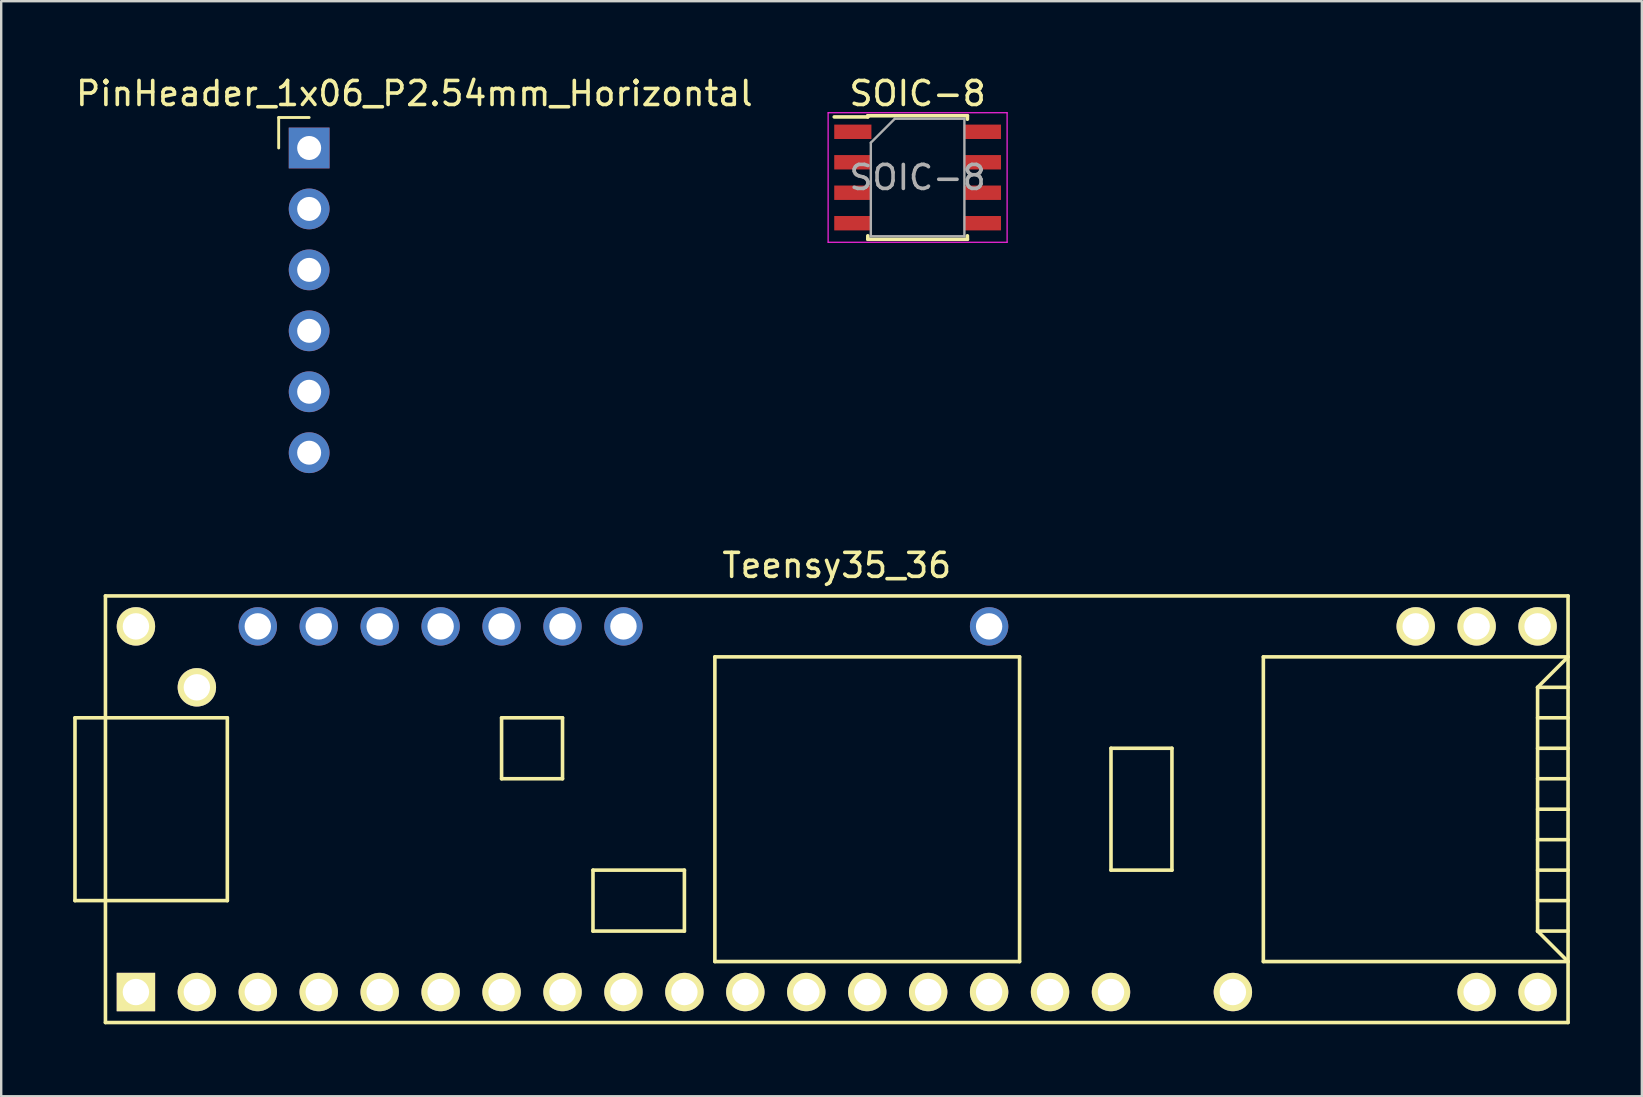
<source format=kicad_pcb>
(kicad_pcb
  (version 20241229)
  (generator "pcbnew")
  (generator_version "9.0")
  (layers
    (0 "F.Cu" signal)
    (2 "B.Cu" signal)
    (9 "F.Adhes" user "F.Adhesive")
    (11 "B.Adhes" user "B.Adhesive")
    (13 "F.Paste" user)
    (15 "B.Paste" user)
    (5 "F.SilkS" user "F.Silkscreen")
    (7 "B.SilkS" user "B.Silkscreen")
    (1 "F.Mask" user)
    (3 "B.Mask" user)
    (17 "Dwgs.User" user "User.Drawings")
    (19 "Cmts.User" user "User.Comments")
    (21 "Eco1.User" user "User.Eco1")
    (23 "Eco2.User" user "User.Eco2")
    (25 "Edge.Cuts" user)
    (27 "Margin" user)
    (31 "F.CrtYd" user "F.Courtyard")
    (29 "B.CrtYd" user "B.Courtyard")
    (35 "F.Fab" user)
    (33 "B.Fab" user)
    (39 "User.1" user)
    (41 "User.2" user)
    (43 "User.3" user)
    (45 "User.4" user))
  (footprint "SOIC-8"
    (layer "F.Cu")
    (at 35.195 4.348)
    (property "Reference" "SOIC-8" (at 0 -3.5 0) (layer "F.SilkS") (effects (font (size 1 1) (thickness 0.15))))
    (attr smd)
    (fp_line (start -2.075 -2.575) (end -2.075 -2.525) (stroke (width 0.15) (type solid)) (layer "F.SilkS"))
    (fp_line (start -2.075 -2.575) (end 2.075 -2.575) (stroke (width 0.15) (type solid)) (layer "F.SilkS"))
    (fp_line (start -2.075 -2.525) (end -3.475 -2.525) (stroke (width 0.15) (type solid)) (layer "F.SilkS"))
    (fp_line (start -2.075 2.575) (end -2.075 2.43) (stroke (width 0.15) (type solid)) (layer "F.SilkS"))
    (fp_line (start -2.075 2.575) (end 2.075 2.575) (stroke (width 0.15) (type solid)) (layer "F.SilkS"))
    (fp_line (start 2.075 -2.575) (end 2.075 -2.43) (stroke (width 0.15) (type solid)) (layer "F.SilkS"))
    (fp_line (start 2.075 2.575) (end 2.075 2.43) (stroke (width 0.15) (type solid)) (layer "F.SilkS"))
    (fp_line (start -3.73 -2.7) (end -3.73 2.7) (stroke (width 0.05) (type solid)) (layer "F.CrtYd"))
    (fp_line (start -3.73 -2.7) (end 3.73 -2.7) (stroke (width 0.05) (type solid)) (layer "F.CrtYd"))
    (fp_line (start -3.73 2.7) (end 3.73 2.7) (stroke (width 0.05) (type solid)) (layer "F.CrtYd"))
    (fp_line (start 3.73 -2.7) (end 3.73 2.7) (stroke (width 0.05) (type solid)) (layer "F.CrtYd"))
    (fp_line (start -1.95 -1.45) (end -0.95 -2.45) (stroke (width 0.1) (type solid)) (layer "F.Fab"))
    (fp_line (start -1.95 2.45) (end -1.95 -1.45) (stroke (width 0.1) (type solid)) (layer "F.Fab"))
    (fp_line (start -0.95 -2.45) (end 1.95 -2.45) (stroke (width 0.1) (type solid)) (layer "F.Fab"))
    (fp_line (start 1.95 -2.45) (end 1.95 2.45) (stroke (width 0.1) (type solid)) (layer "F.Fab"))
    (fp_line (start 1.95 2.45) (end -1.95 2.45) (stroke (width 0.1) (type solid)) (layer "F.Fab"))
    (fp_text user "${REFERENCE}" (at 0 0 0) (layer "F.Fab") (effects (font (size 1 1) (thickness 0.15))))
    (pad "1" smd rect (at -2.7 -1.905) (size 1.55 0.6) (layers "F.Cu" "F.Mask" "F.Paste"))
    (pad "2" smd rect (at -2.7 -0.635) (size 1.55 0.6) (layers "F.Cu" "F.Mask" "F.Paste"))
    (pad "3" smd rect (at -2.7 0.635) (size 1.55 0.6) (layers "F.Cu" "F.Mask" "F.Paste"))
    (pad "4" smd rect (at -2.7 1.905) (size 1.55 0.6) (layers "F.Cu" "F.Mask" "F.Paste"))
    (pad "5" smd rect (at 2.7 1.905) (size 1.55 0.6) (layers "F.Cu" "F.Mask" "F.Paste"))
    (pad "6" smd rect (at 2.7 0.635) (size 1.55 0.6) (layers "F.Cu" "F.Mask" "F.Paste"))
    (pad "7" smd rect (at 2.7 -0.635) (size 1.55 0.6) (layers "F.Cu" "F.Mask" "F.Paste"))
    (pad "8" smd rect (at 2.7 -1.905) (size 1.55 0.6) (layers "F.Cu" "F.Mask" "F.Paste")))
  (footprint "Teensy35_36"
    (layer "F.Cu")
    (at 31.825 30.677)
    (property "Reference" "Teensy35_36" (at 0 -10.16 0) (layer "F.SilkS") (effects (font (size 1 1) (thickness 0.15))))
    (attr through_hole)
    (fp_line (start -31.75 -3.81) (end -30.48 -3.81) (stroke (width 0.15) (type solid)) (layer "F.SilkS"))
    (fp_line (start -31.75 3.81) (end -31.75 -3.81) (stroke (width 0.15) (type solid)) (layer "F.SilkS"))
    (fp_line (start -30.48 3.81) (end -31.75 3.81) (stroke (width 0.15) (type solid)) (layer "F.SilkS"))
    (fp_line (start -30.48 8.89) (end -30.48 -8.89) (stroke (width 0.15) (type solid)) (layer "F.SilkS"))
    (fp_line (start -30.48 8.89) (end 30.48 8.89) (stroke (width 0.15) (type solid)) (layer "F.SilkS"))
    (fp_line (start -25.4 -3.81) (end -30.48 -3.81) (stroke (width 0.15) (type solid)) (layer "F.SilkS"))
    (fp_line (start -25.4 3.81) (end -30.48 3.81) (stroke (width 0.15) (type solid)) (layer "F.SilkS"))
    (fp_line (start -25.4 3.81) (end -25.4 -3.81) (stroke (width 0.15) (type solid)) (layer "F.SilkS"))
    (fp_line (start -13.97 -3.81) (end -13.97 -1.27) (stroke (width 0.15) (type solid)) (layer "F.SilkS"))
    (fp_line (start -13.97 -1.27) (end -11.43 -1.27) (stroke (width 0.15) (type solid)) (layer "F.SilkS"))
    (fp_line (start -11.43 -3.81) (end -13.97 -3.81) (stroke (width 0.15) (type solid)) (layer "F.SilkS"))
    (fp_line (start -11.43 -1.27) (end -11.43 -3.81) (stroke (width 0.15) (type solid)) (layer "F.SilkS"))
    (fp_line (start -10.16 2.54) (end -6.35 2.54) (stroke (width 0.15) (type solid)) (layer "F.SilkS"))
    (fp_line (start -10.16 5.08) (end -10.16 2.54) (stroke (width 0.15) (type solid)) (layer "F.SilkS"))
    (fp_line (start -6.35 2.54) (end -6.35 5.08) (stroke (width 0.15) (type solid)) (layer "F.SilkS"))
    (fp_line (start -6.35 5.08) (end -10.16 5.08) (stroke (width 0.15) (type solid)) (layer "F.SilkS"))
    (fp_line (start -5.08 -6.35) (end -5.08 6.35) (stroke (width 0.15) (type solid)) (layer "F.SilkS"))
    (fp_line (start -5.08 -6.35) (end 7.62 -6.35) (stroke (width 0.15) (type solid)) (layer "F.SilkS"))
    (fp_line (start -5.08 6.35) (end 7.62 6.35) (stroke (width 0.15) (type solid)) (layer "F.SilkS"))
    (fp_line (start 7.62 6.35) (end 7.62 -6.35) (stroke (width 0.15) (type solid)) (layer "F.SilkS"))
    (fp_line (start 11.43 -2.54) (end 13.97 -2.54) (stroke (width 0.15) (type solid)) (layer "F.SilkS"))
    (fp_line (start 11.43 2.54) (end 11.43 -2.54) (stroke (width 0.15) (type solid)) (layer "F.SilkS"))
    (fp_line (start 13.97 -2.54) (end 13.97 2.54) (stroke (width 0.15) (type solid)) (layer "F.SilkS"))
    (fp_line (start 13.97 2.54) (end 11.43 2.54) (stroke (width 0.15) (type solid)) (layer "F.SilkS"))
    (fp_line (start 17.78 -6.35) (end 17.78 6.35) (stroke (width 0.15) (type solid)) (layer "F.SilkS"))
    (fp_line (start 17.78 6.35) (end 30.48 6.35) (stroke (width 0.15) (type solid)) (layer "F.SilkS"))
    (fp_line (start 29.21 -5.08) (end 30.48 -6.35) (stroke (width 0.15) (type solid)) (layer "F.SilkS"))
    (fp_line (start 29.21 -5.08) (end 30.48 -5.08) (stroke (width 0.15) (type solid)) (layer "F.SilkS"))
    (fp_line (start 29.21 -3.81) (end 30.48 -3.81) (stroke (width 0.15) (type solid)) (layer "F.SilkS"))
    (fp_line (start 29.21 -2.54) (end 30.48 -2.54) (stroke (width 0.15) (type solid)) (layer "F.SilkS"))
    (fp_line (start 29.21 -1.27) (end 30.48 -1.27) (stroke (width 0.15) (type solid)) (layer "F.SilkS"))
    (fp_line (start 29.21 0) (end 30.48 0) (stroke (width 0.15) (type solid)) (layer "F.SilkS"))
    (fp_line (start 29.21 1.27) (end 30.48 1.27) (stroke (width 0.15) (type solid)) (layer "F.SilkS"))
    (fp_line (start 29.21 2.54) (end 30.48 2.54) (stroke (width 0.15) (type solid)) (layer "F.SilkS"))
    (fp_line (start 29.21 3.81) (end 30.48 3.81) (stroke (width 0.15) (type solid)) (layer "F.SilkS"))
    (fp_line (start 29.21 5.08) (end 29.21 -5.08) (stroke (width 0.15) (type solid)) (layer "F.SilkS"))
    (fp_line (start 29.21 5.08) (end 30.48 5.08) (stroke (width 0.15) (type solid)) (layer "F.SilkS"))
    (fp_line (start 30.48 -8.89) (end -30.48 -8.89) (stroke (width 0.15) (type solid)) (layer "F.SilkS"))
    (fp_line (start 30.48 -8.89) (end 30.48 8.89) (stroke (width 0.15) (type solid)) (layer "F.SilkS"))
    (fp_line (start 30.48 -6.35) (end 17.78 -6.35) (stroke (width 0.15) (type solid)) (layer "F.SilkS"))
    (fp_line (start 30.48 6.35) (end 29.21 5.08) (stroke (width 0.15) (type solid)) (layer "F.SilkS"))
    (pad "1" thru_hole rect (at -29.21 7.62) (size 1.6 1.6) (drill 1.1) (layers "*.Cu" "*.Mask" "F.SilkS"))
    (pad "2" thru_hole circle (at -26.67 7.62) (size 1.6 1.6) (drill 1.1) (layers "*.Cu" "*.Mask" "F.SilkS"))
    (pad "3" thru_hole circle (at -24.13 7.62) (size 1.6 1.6) (drill 1.1) (layers "*.Cu" "*.Mask" "F.SilkS"))
    (pad "4" thru_hole circle (at -21.59 7.62) (size 1.6 1.6) (drill 1.1) (layers "*.Cu" "*.Mask" "F.SilkS"))
    (pad "5" thru_hole circle (at -19.05 7.62) (size 1.6 1.6) (drill 1.1) (layers "*.Cu" "*.Mask" "F.SilkS"))
    (pad "6" thru_hole circle (at -16.51 7.62) (size 1.6 1.6) (drill 1.1) (layers "*.Cu" "*.Mask" "F.SilkS"))
    (pad "7" thru_hole circle (at -13.97 7.62) (size 1.6 1.6) (drill 1.1) (layers "*.Cu" "*.Mask" "F.SilkS"))
    (pad "8" thru_hole circle (at -11.43 7.62) (size 1.6 1.6) (drill 1.1) (layers "*.Cu" "*.Mask" "F.SilkS"))
    (pad "9" thru_hole circle (at -8.89 7.62) (size 1.6 1.6) (drill 1.1) (layers "*.Cu" "*.Mask" "F.SilkS"))
    (pad "10" thru_hole circle (at -6.35 7.62) (size 1.6 1.6) (drill 1.1) (layers "*.Cu" "*.Mask" "F.SilkS"))
    (pad "11" thru_hole circle (at -3.81 7.62) (size 1.6 1.6) (drill 1.1) (layers "*.Cu" "*.Mask" "F.SilkS"))
    (pad "12" thru_hole circle (at -1.27 7.62) (size 1.6 1.6) (drill 1.1) (layers "*.Cu" "*.Mask" "F.SilkS"))
    (pad "13" thru_hole circle (at 1.27 7.62) (size 1.6 1.6) (drill 1.1) (layers "*.Cu" "*.Mask" "F.SilkS"))
    (pad "14" thru_hole circle (at 3.81 7.62) (size 1.6 1.6) (drill 1.1) (layers "*.Cu" "*.Mask" "F.SilkS"))
    (pad "15" thru_hole circle (at 6.35 7.62) (size 1.6 1.6) (drill 1.1) (layers "*.Cu" "*.Mask" "F.SilkS"))
    (pad "16" thru_hole circle (at 8.89 7.62) (size 1.6 1.6) (drill 1.1) (layers "*.Cu" "*.Mask" "F.SilkS"))
    (pad "17" thru_hole circle (at 11.43 7.62) (size 1.6 1.6) (drill 1.1) (layers "*.Cu" "*.Mask" "F.SilkS"))
    (pad "19" thru_hole circle (at 16.51 7.62) (size 1.6 1.6) (drill 1.1) (layers "*.Cu" "*.Mask" "F.SilkS"))
    (pad "23" thru_hole circle (at 26.67 7.62) (size 1.6 1.6) (drill 1.1) (layers "*.Cu" "*.Mask" "F.SilkS"))
    (pad "24" thru_hole circle (at 29.21 7.62) (size 1.6 1.6) (drill 1.1) (layers "*.Cu" "*.Mask" "F.SilkS"))
    (pad "30" thru_hole circle (at 29.21 -7.62) (size 1.6 1.6) (drill 1.1) (layers "*.Cu" "*.Mask" "F.SilkS"))
    (pad "31" thru_hole circle (at 26.67 -7.62) (size 1.6 1.6) (drill 1.1) (layers "*.Cu" "*.Mask" "F.SilkS"))
    (pad "32" thru_hole circle (at 24.13 -7.62) (size 1.6 1.6) (drill 1.1) (layers "*.Cu" "*.Mask" "F.SilkS"))
    (pad "39" thru_hole circle (at 6.35 -7.62) (size 1.6 1.6) (drill 1.1) (layers "*.Cu" "*.Mask"))
    (pad "45" thru_hole circle (at -8.89 -7.62) (size 1.6 1.6) (drill 1.1) (layers "*.Cu" "*.Mask"))
    (pad "46" thru_hole circle (at -11.43 -7.62) (size 1.6 1.6) (drill 1.1) (layers "*.Cu" "*.Mask"))
    (pad "47" thru_hole circle (at -13.97 -7.62) (size 1.6 1.6) (drill 1.1) (layers "*.Cu" "*.Mask"))
    (pad "48" thru_hole circle (at -16.51 -7.62) (size 1.6 1.6) (drill 1.1) (layers "*.Cu" "*.Mask"))
    (pad "49" thru_hole circle (at -19.05 -7.62) (size 1.6 1.6) (drill 1.1) (layers "*.Cu" "*.Mask"))
    (pad "50" thru_hole circle (at -21.59 -7.62) (size 1.6 1.6) (drill 1.1) (layers "*.Cu" "*.Mask"))
    (pad "51" thru_hole circle (at -24.13 -7.62) (size 1.6 1.6) (drill 1.1) (layers "*.Cu" "*.Mask"))
    (pad "53" thru_hole circle (at -29.21 -7.62) (size 1.6 1.6) (drill 1.1) (layers "*.Cu" "*.Mask" "F.SilkS"))
    (pad "54" thru_hole circle (at -26.67 -5.08) (size 1.6 1.6) (drill 1.1) (layers "*.Cu" "*.Mask" "F.SilkS")))
  (footprint "PinHeader_1x06_P2.54mm_Horizontal"
    (layer "F.Cu")
    (at 9.835 3.118)
    (property "Reference" "PinHeader_1x06_P2.54mm_Horizontal" (at 4.385 -2.27 0) (layer "F.SilkS") (effects (font (size 1 1) (thickness 0.15))))
    (attr through_hole)
    (fp_line (start -1.27 -1.27) (end 0 -1.27) (stroke (width 0.12) (type solid)) (layer "F.SilkS"))
    (fp_line (start -1.27 0) (end -1.27 -1.27) (stroke (width 0.12) (type solid)) (layer "F.SilkS"))
    (fp_line (start -0.32 -0.32) (end -0.32 0.32) (stroke (width 0.1) (type solid)) (layer "F.Fab"))
    (fp_line (start -0.32 2.22) (end -0.32 2.86) (stroke (width 0.1) (type solid)) (layer "F.Fab"))
    (fp_line (start -0.32 4.76) (end -0.32 5.4) (stroke (width 0.1) (type solid)) (layer "F.Fab"))
    (fp_line (start -0.32 7.3) (end -0.32 7.94) (stroke (width 0.1) (type solid)) (layer "F.Fab"))
    (fp_line (start -0.32 9.84) (end -0.32 10.48) (stroke (width 0.1) (type solid)) (layer "F.Fab"))
    (fp_line (start -0.32 12.38) (end -0.32 13.02) (stroke (width 0.1) (type solid)) (layer "F.Fab"))
    (pad "1" thru_hole rect (at 0 0) (size 1.7 1.7) (drill 1) (layers "*.Cu" "*.Mask"))
    (pad "2" thru_hole oval (at 0 2.54) (size 1.7 1.7) (drill 1) (layers "*.Cu" "*.Mask"))
    (pad "3" thru_hole oval (at 0 5.08) (size 1.7 1.7) (drill 1) (layers "*.Cu" "*.Mask"))
    (pad "4" thru_hole oval (at 0 7.62) (size 1.7 1.7) (drill 1) (layers "*.Cu" "*.Mask"))
    (pad "5" thru_hole oval (at 0 10.16) (size 1.7 1.7) (drill 1) (layers "*.Cu" "*.Mask"))
    (pad "6" thru_hole oval (at 0 12.7) (size 1.7 1.7) (drill 1) (layers "*.Cu" "*.Mask")))
  (gr_rect
    (start -3 -3)
    (end 65.38 42.642)
    (stroke (width 0.1) (type default))
    (fill no)
    (layer "Edge.Cuts")))
</source>
